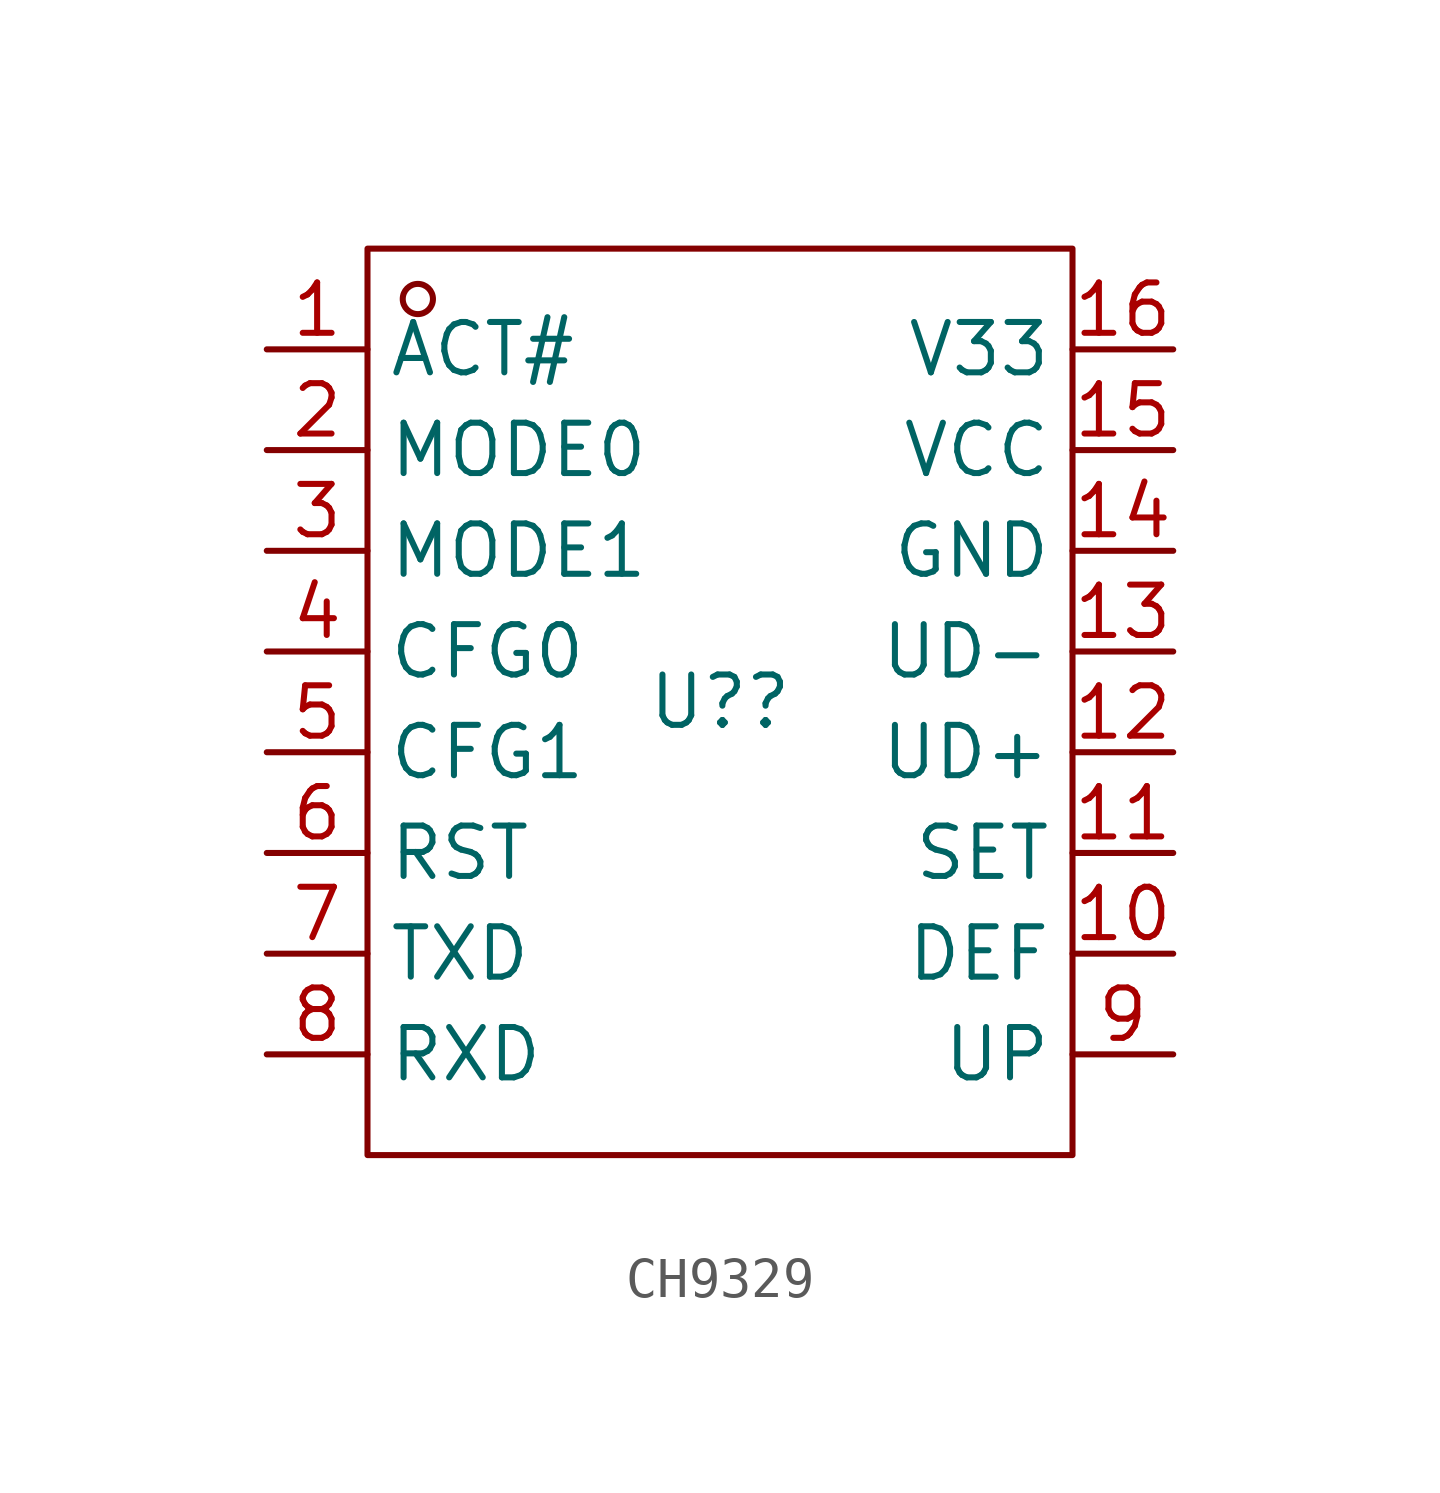
<source format=kicad_sym>
(kicad_symbol_lib
  (version 20231120)
  (generator "kicad_symbol_editor")
  (generator_version "8.0")
  (symbol "CH9329"
    (property "Reference" "U?"
      (at 0 0 0)
      (effects (font (size 1.27 1.27))))
    (property "Value" ""
      (at 0 0 0)
      (effects (font (size 1.27 1.27))))
    (symbol "CH9329_1_0"
      (rectangle (start -8.89 -11.43) (end 8.89 11.43) (stroke (width 0) (type default)) (fill (type none)))
      (circle (center -7.62 10.16) (radius 0.381) (stroke (width 0) (type default)) (fill (type none)))
      (pin unspecified line (at -11.43 8.89 0) (length 2.54) (name "ACT#" (effects (font (size 1.27 1.27)))) (number "1" (effects (font (size 1.27 1.27)))))
      (pin unspecified line (at 11.43 -6.35 180) (length 2.54) (name "DEF" (effects (font (size 1.27 1.27)))) (number "10" (effects (font (size 1.27 1.27)))))
      (pin unspecified line (at 11.43 -3.81 180) (length 2.54) (name "SET" (effects (font (size 1.27 1.27)))) (number "11" (effects (font (size 1.27 1.27)))))
      (pin unspecified line (at 11.43 -1.27 180) (length 2.54) (name "UD+" (effects (font (size 1.27 1.27)))) (number "12" (effects (font (size 1.27 1.27)))))
      (pin unspecified line (at 11.43 1.27 180) (length 2.54) (name "UD-" (effects (font (size 1.27 1.27)))) (number "13" (effects (font (size 1.27 1.27)))))
      (pin unspecified line (at 11.43 3.81 180) (length 2.54) (name "GND" (effects (font (size 1.27 1.27)))) (number "14" (effects (font (size 1.27 1.27)))))
      (pin unspecified line (at 11.43 6.35 180) (length 2.54) (name "VCC" (effects (font (size 1.27 1.27)))) (number "15" (effects (font (size 1.27 1.27)))))
      (pin unspecified line (at 11.43 8.89 180) (length 2.54) (name "V33" (effects (font (size 1.27 1.27)))) (number "16" (effects (font (size 1.27 1.27)))))
      (pin unspecified line (at -11.43 6.35 0) (length 2.54) (name "MODE0" (effects (font (size 1.27 1.27)))) (number "2" (effects (font (size 1.27 1.27)))))
      (pin unspecified line (at -11.43 3.81 0) (length 2.54) (name "MODE1" (effects (font (size 1.27 1.27)))) (number "3" (effects (font (size 1.27 1.27)))))
      (pin unspecified line (at -11.43 1.27 0) (length 2.54) (name "CFG0" (effects (font (size 1.27 1.27)))) (number "4" (effects (font (size 1.27 1.27)))))
      (pin unspecified line (at -11.43 -1.27 0) (length 2.54) (name "CFG1" (effects (font (size 1.27 1.27)))) (number "5" (effects (font (size 1.27 1.27)))))
      (pin unspecified line (at -11.43 -3.81 0) (length 2.54) (name "RST" (effects (font (size 1.27 1.27)))) (number "6" (effects (font (size 1.27 1.27)))))
      (pin unspecified line (at -11.43 -6.35 0) (length 2.54) (name "TXD" (effects (font (size 1.27 1.27)))) (number "7" (effects (font (size 1.27 1.27)))))
      (pin unspecified line (at -11.43 -8.89 0) (length 2.54) (name "RXD" (effects (font (size 1.27 1.27)))) (number "8" (effects (font (size 1.27 1.27)))))
      (pin unspecified line (at 11.43 -8.89 180) (length 2.54) (name "UP" (effects (font (size 1.27 1.27)))) (number "9" (effects (font (size 1.27 1.27))))))))
</source>
